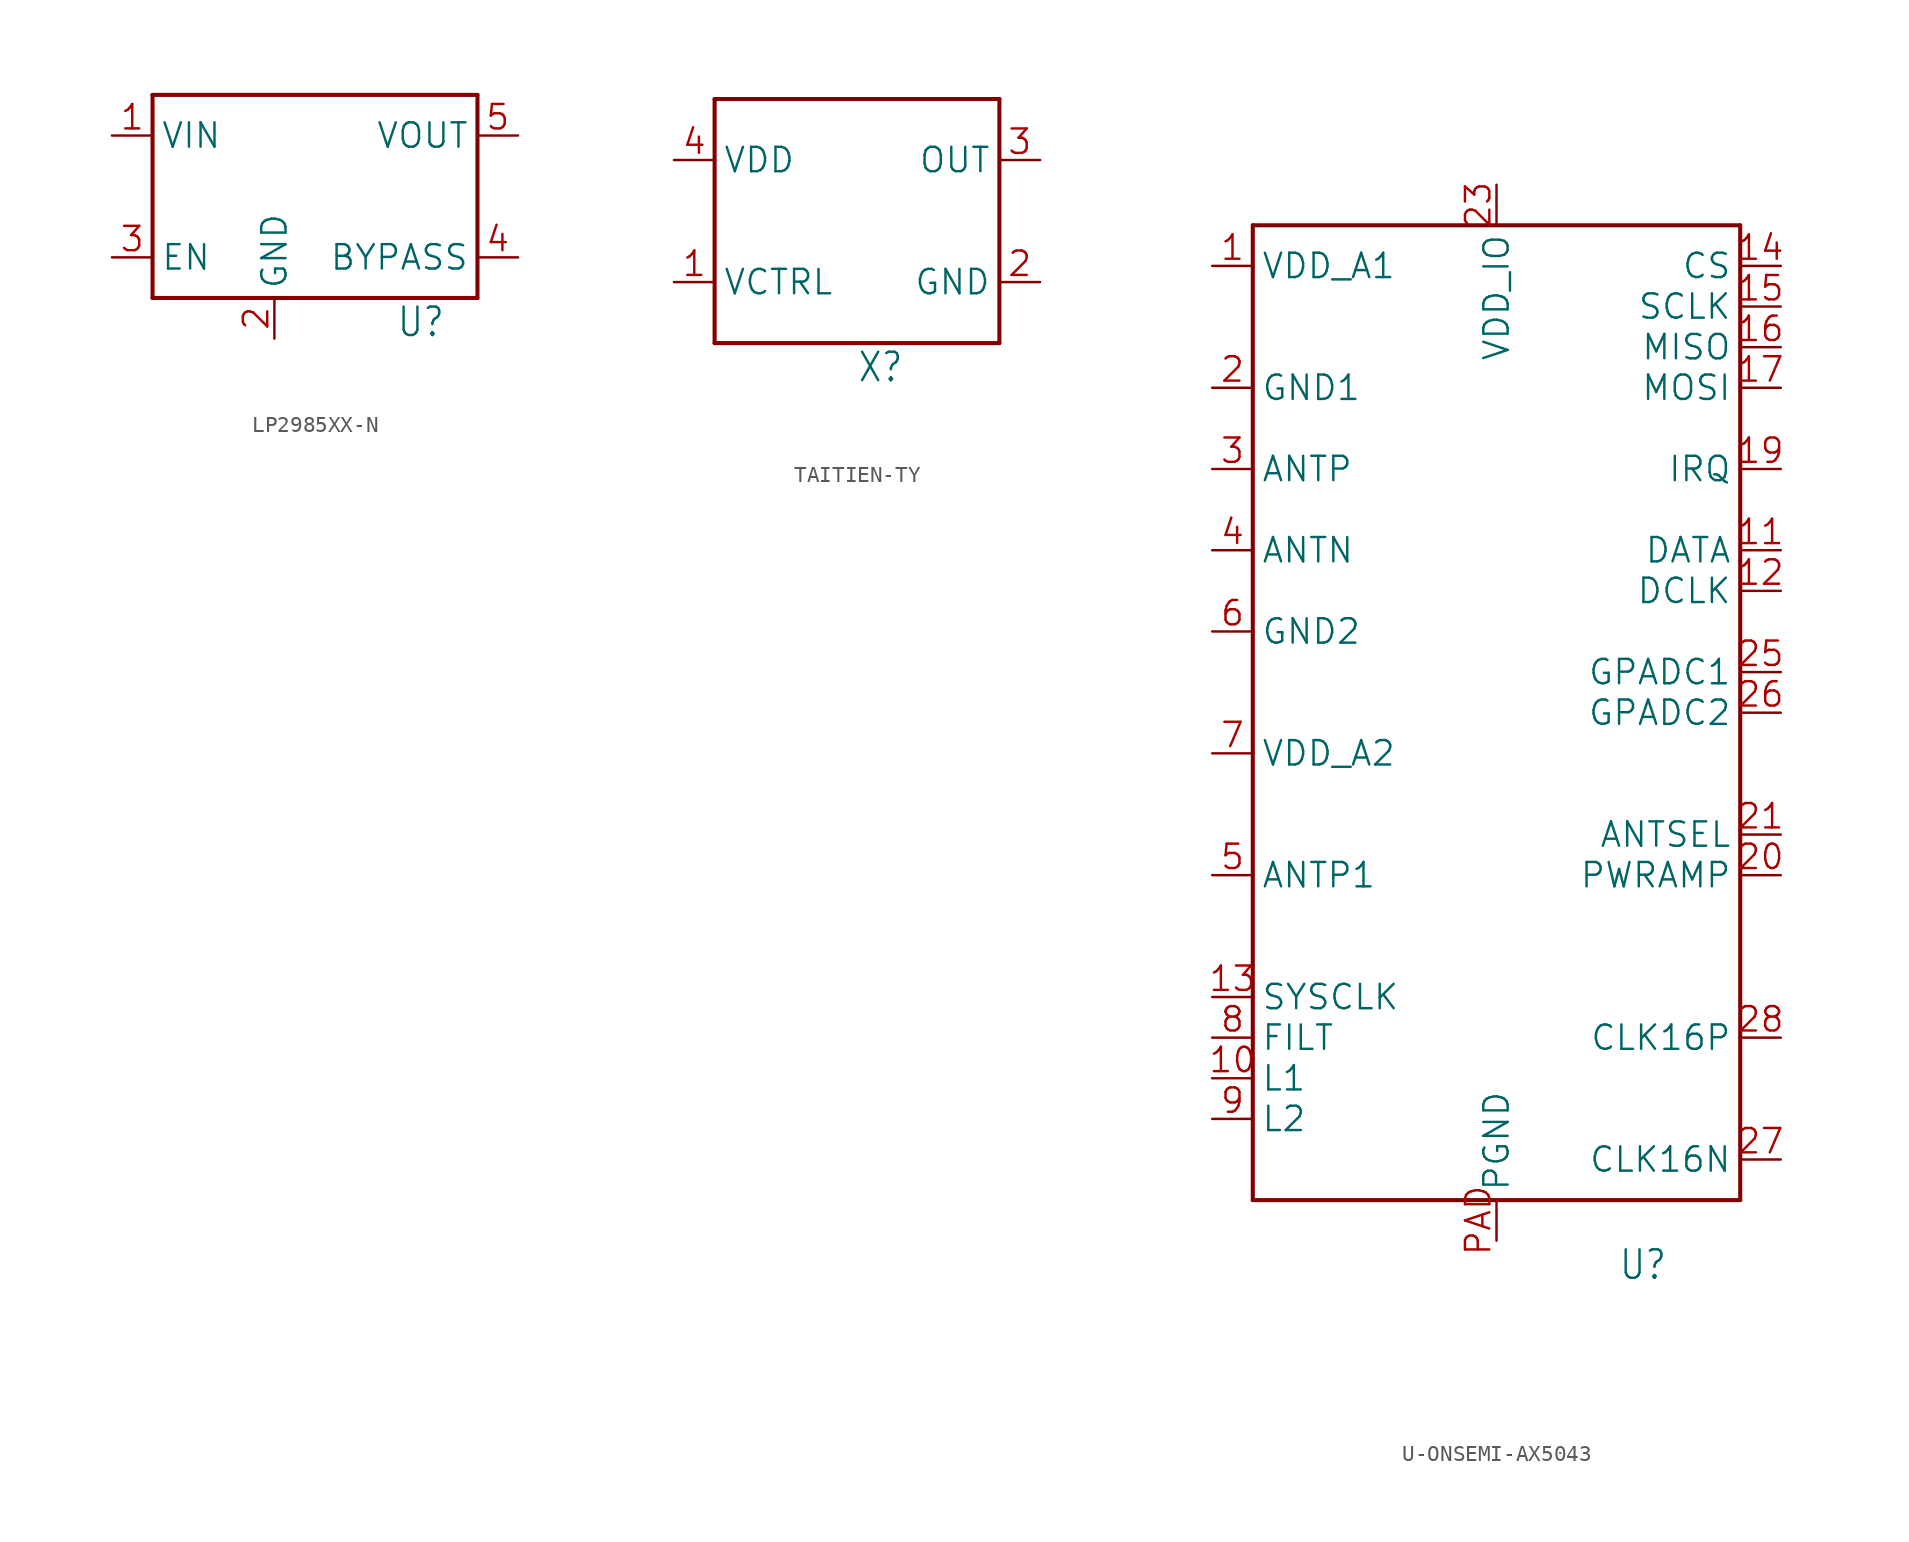
<source format=kicad_sym>
(kicad_symbol_lib
  (version 20241209)
  (generator "kicad_symbol_editor")
  (generator_version "9.0")
  (symbol "LP2985XX-N"
    (property "Reference" "U"
      (at 5.08 -7.62 0)
      (effects (font (size 1.778 1.511)) (justify left bottom)))
    (property "Value" ""
      (at 5.08 -10.16 0)
      (effects (font (size 1.778 1.511)) (justify left bottom)))
    (property "ki_locked" ""
      (at 0 0 0)
      (effects (font (size 1.27 1.27))))
    (symbol "LP2985XX-N_1_0"
      (polyline (pts (xy -10.16 7.62) (xy -10.16 -5.08)) (stroke (width 0.254) (type solid)) (fill (type none)))
      (polyline (pts (xy -10.16 -5.08) (xy 10.16 -5.08)) (stroke (width 0.254) (type solid)) (fill (type none)))
      (polyline (pts (xy 10.16 7.62) (xy -10.16 7.62)) (stroke (width 0.254) (type solid)) (fill (type none)))
      (polyline (pts (xy 10.16 -5.08) (xy 10.16 7.62)) (stroke (width 0.254) (type solid)) (fill (type none)))
      (pin power_in line (at -12.7 5.08 0) (length 2.54) (name "VIN" (effects (font (size 1.524 1.524)))) (number "1" (effects (font (size 1.524 1.524)))))
      (pin input line (at -12.7 -2.54 0) (length 2.54) (name "EN" (effects (font (size 1.524 1.524)))) (number "3" (effects (font (size 1.524 1.524)))))
      (pin power_in line (at -2.54 -7.62 90) (length 2.54) (name "GND" (effects (font (size 1.524 1.524)))) (number "2" (effects (font (size 1.524 1.524)))))
      (pin power_in line (at 12.7 5.08 180) (length 2.54) (name "VOUT" (effects (font (size 1.524 1.524)))) (number "5" (effects (font (size 1.524 1.524)))))
      (pin power_in line (at 12.7 -2.54 180) (length 2.54) (name "BYPASS" (effects (font (size 1.524 1.524)))) (number "4" (effects (font (size 1.524 1.524)))))))
  (symbol "TAITIEN-TY"
    (property "Reference" "X"
      (at 0 -10.16 0)
      (effects (font (size 1.778 1.511)) (justify left bottom)))
    (property "Value" ""
      (at 0 -12.7 0)
      (effects (font (size 1.778 1.511)) (justify left bottom)))
    (property "ki_locked" ""
      (at 0 0 0)
      (effects (font (size 1.27 1.27))))
    (symbol "TAITIEN-TY_1_0"
      (polyline (pts (xy -8.89 7.62) (xy 8.89 7.62)) (stroke (width 0.254) (type solid)) (fill (type none)))
      (polyline (pts (xy -8.89 -7.62) (xy -8.89 7.62)) (stroke (width 0.254) (type solid)) (fill (type none)))
      (polyline (pts (xy 8.89 7.62) (xy 8.89 -7.62)) (stroke (width 0.254) (type solid)) (fill (type none)))
      (polyline (pts (xy 8.89 -7.62) (xy -8.89 -7.62)) (stroke (width 0.254) (type solid)) (fill (type none)))
      (pin power_in line (at -11.43 3.81 0) (length 2.54) (name "VDD" (effects (font (size 1.524 1.524)))) (number "4" (effects (font (size 1.524 1.524)))))
      (pin input line (at -11.43 -3.81 0) (length 2.54) (name "VCTRL" (effects (font (size 1.524 1.524)))) (number "1" (effects (font (size 1.524 1.524)))))
      (pin output line (at 11.43 3.81 180) (length 2.54) (name "OUT" (effects (font (size 1.524 1.524)))) (number "3" (effects (font (size 1.524 1.524)))))
      (pin power_in line (at 11.43 -3.81 180) (length 2.54) (name "GND" (effects (font (size 1.524 1.524)))) (number "2" (effects (font (size 1.524 1.524)))))))
  (symbol "U-ONSEMI-AX5043"
    (property "Reference" "U"
      (at 7.62 -50.8 0)
      (effects (font (size 1.778 1.511)) (justify left bottom)))
    (property "Value" ""
      (at 7.62 -53.34 0)
      (effects (font (size 1.778 1.511)) (justify left bottom)))
    (property "ki_locked" ""
      (at 0 0 0)
      (effects (font (size 1.27 1.27))))
    (symbol "U-ONSEMI-AX5043_1_0"
      (polyline (pts (xy -15.24 15.24) (xy 15.24 15.24)) (stroke (width 0.254) (type solid)) (fill (type none)))
      (polyline (pts (xy -15.24 -45.72) (xy -15.24 15.24)) (stroke (width 0.254) (type solid)) (fill (type none)))
      (polyline (pts (xy 15.24 15.24) (xy 15.24 -45.72)) (stroke (width 0.254) (type solid)) (fill (type none)))
      (polyline (pts (xy 15.24 -45.72) (xy -15.24 -45.72)) (stroke (width 0.254) (type solid)) (fill (type none)))
      (pin power_in line (at -17.78 12.7 0) (length 2.54) (name "VDD_A1" (effects (font (size 1.524 1.524)))) (number "1" (effects (font (size 1.524 1.524)))))
      (pin power_in line (at -17.78 5.08 0) (length 2.54) (name "GND1" (effects (font (size 1.524 1.524)))) (number "2" (effects (font (size 1.524 1.524)))))
      (pin bidirectional line (at -17.78 0 0) (length 2.54) (name "ANTP" (effects (font (size 1.524 1.524)))) (number "3" (effects (font (size 1.524 1.524)))))
      (pin bidirectional line (at -17.78 -5.08 0) (length 2.54) (name "ANTN" (effects (font (size 1.524 1.524)))) (number "4" (effects (font (size 1.524 1.524)))))
      (pin power_in line (at -17.78 -10.16 0) (length 2.54) (name "GND2" (effects (font (size 1.524 1.524)))) (number "6" (effects (font (size 1.524 1.524)))))
      (pin power_in line (at -17.78 -17.78 0) (length 2.54) (name "VDD_A2" (effects (font (size 1.524 1.524)))) (number "7" (effects (font (size 1.524 1.524)))))
      (pin bidirectional line (at -17.78 -25.4 0) (length 2.54) (name "ANTP1" (effects (font (size 1.524 1.524)))) (number "5" (effects (font (size 1.524 1.524)))))
      (pin bidirectional line (at -17.78 -33.02 0) (length 2.54) (name "SYSCLK" (effects (font (size 1.524 1.524)))) (number "13" (effects (font (size 1.524 1.524)))))
      (pin output line (at -17.78 -35.56 0) (length 2.54) (name "FILT" (effects (font (size 1.524 1.524)))) (number "8" (effects (font (size 1.524 1.524)))))
      (pin input line (at -17.78 -38.1 0) (length 2.54) (name "L1" (effects (font (size 1.524 1.524)))) (number "10" (effects (font (size 1.524 1.524)))))
      (pin input line (at -17.78 -40.64 0) (length 2.54) (name "L2" (effects (font (size 1.524 1.524)))) (number "9" (effects (font (size 1.524 1.524)))))
      (pin power_in line (at 0 17.78 270) (length 2.54) (name "VDD_IO" (effects (font (size 1.524 1.524)))) (number "23" (effects (font (size 1.524 1.524)))))
      (pin power_in line (at 0 -48.26 90) (length 2.54) (name "PGND" (effects (font (size 1.524 1.524)))) (number "PAD" (effects (font (size 1.524 1.524)))))
      (pin input line (at 17.78 12.7 180) (length 2.54) (name "CS" (effects (font (size 1.524 1.524)))) (number "14" (effects (font (size 1.524 1.524)))))
      (pin input line (at 17.78 10.16 180) (length 2.54) (name "SCLK" (effects (font (size 1.524 1.524)))) (number "15" (effects (font (size 1.524 1.524)))))
      (pin output line (at 17.78 7.62 180) (length 2.54) (name "MISO" (effects (font (size 1.524 1.524)))) (number "16" (effects (font (size 1.524 1.524)))))
      (pin input line (at 17.78 5.08 180) (length 2.54) (name "MOSI" (effects (font (size 1.524 1.524)))) (number "17" (effects (font (size 1.524 1.524)))))
      (pin bidirectional line (at 17.78 0 180) (length 2.54) (name "IRQ" (effects (font (size 1.524 1.524)))) (number "19" (effects (font (size 1.524 1.524)))))
      (pin bidirectional line (at 17.78 -5.08 180) (length 2.54) (name "DATA" (effects (font (size 1.524 1.524)))) (number "11" (effects (font (size 1.524 1.524)))))
      (pin bidirectional line (at 17.78 -7.62 180) (length 2.54) (name "DCLK" (effects (font (size 1.524 1.524)))) (number "12" (effects (font (size 1.524 1.524)))))
      (pin input line (at 17.78 -12.7 180) (length 2.54) (name "GPADC1" (effects (font (size 1.524 1.524)))) (number "25" (effects (font (size 1.524 1.524)))))
      (pin input line (at 17.78 -15.24 180) (length 2.54) (name "GPADC2" (effects (font (size 1.524 1.524)))) (number "26" (effects (font (size 1.524 1.524)))))
      (pin bidirectional line (at 17.78 -22.86 180) (length 2.54) (name "ANTSEL" (effects (font (size 1.524 1.524)))) (number "21" (effects (font (size 1.524 1.524)))))
      (pin bidirectional line (at 17.78 -25.4 180) (length 2.54) (name "PWRAMP" (effects (font (size 1.524 1.524)))) (number "20" (effects (font (size 1.524 1.524)))))
      (pin passive line (at 17.78 -35.56 180) (length 2.54) (name "CLK16P" (effects (font (size 1.524 1.524)))) (number "28" (effects (font (size 1.524 1.524)))))
      (pin passive line (at 17.78 -43.18 180) (length 2.54) (name "CLK16N" (effects (font (size 1.524 1.524)))) (number "27" (effects (font (size 1.524 1.524))))))))
</source>
